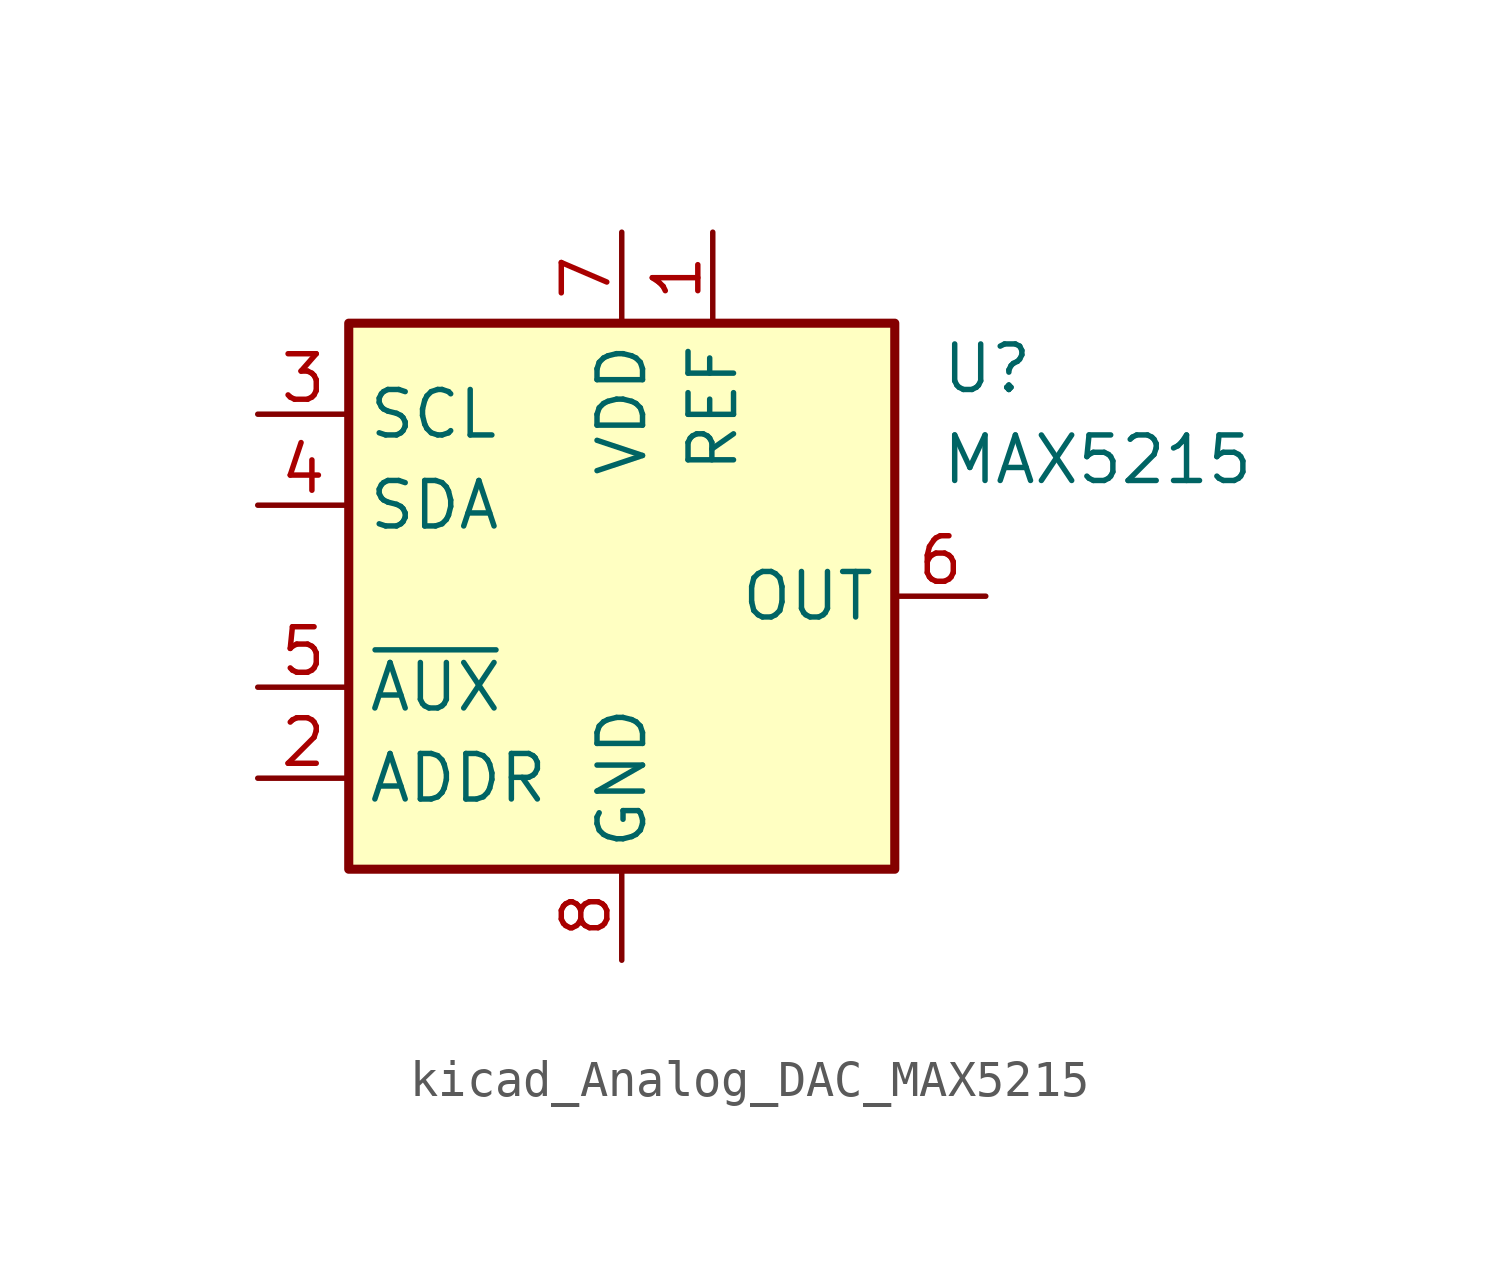
<source format=kicad_sym>
(kicad_symbol_lib
  (version 20220914)
  (generator kicad_symbol_editor)
  (symbol "kicad_Analog_DAC_MAX5215"
    (property "Reference" "U"
      (at 8.89 6.35 0)
      (effects (font (size 1.27 1.27)) (justify left)))
    (property "Value" "MAX5215"
      (at 8.89 3.81 0)
      (effects (font (size 1.27 1.27)) (justify left)))
    (symbol "kicad_Analog_DAC_MAX5215_0_1"
      (rectangle (start -7.62 7.62) (end 7.62 -7.62) (stroke (width 0.254) (type default)) (fill (type background))))
    (symbol "kicad_Analog_DAC_MAX5215_1_1"
      (pin power_in line (at 2.54 10.16 270) (length 2.54) (name "REF" (effects (font (size 1.27 1.27)))) (number "1" (effects (font (size 1.27 1.27)))))
      (pin input line (at -10.16 -5.08 0) (length 2.54) (name "ADDR" (effects (font (size 1.27 1.27)))) (number "2" (effects (font (size 1.27 1.27)))))
      (pin input line (at -10.16 5.08 0) (length 2.54) (name "SCL" (effects (font (size 1.27 1.27)))) (number "3" (effects (font (size 1.27 1.27)))))
      (pin bidirectional line (at -10.16 2.54 0) (length 2.54) (name "SDA" (effects (font (size 1.27 1.27)))) (number "4" (effects (font (size 1.27 1.27)))))
      (pin input line (at -10.16 -2.54 0) (length 2.54) (name "~{AUX}" (effects (font (size 1.27 1.27)))) (number "5" (effects (font (size 1.27 1.27)))))
      (pin output line (at 10.16 0 180) (length 2.54) (name "OUT" (effects (font (size 1.27 1.27)))) (number "6" (effects (font (size 1.27 1.27)))))
      (pin power_in line (at 0 10.16 270) (length 2.54) (name "VDD" (effects (font (size 1.27 1.27)))) (number "7" (effects (font (size 1.27 1.27)))))
      (pin power_in line (at 0 -10.16 90) (length 2.54) (name "GND" (effects (font (size 1.27 1.27)))) (number "8" (effects (font (size 1.27 1.27))))))))
</source>
